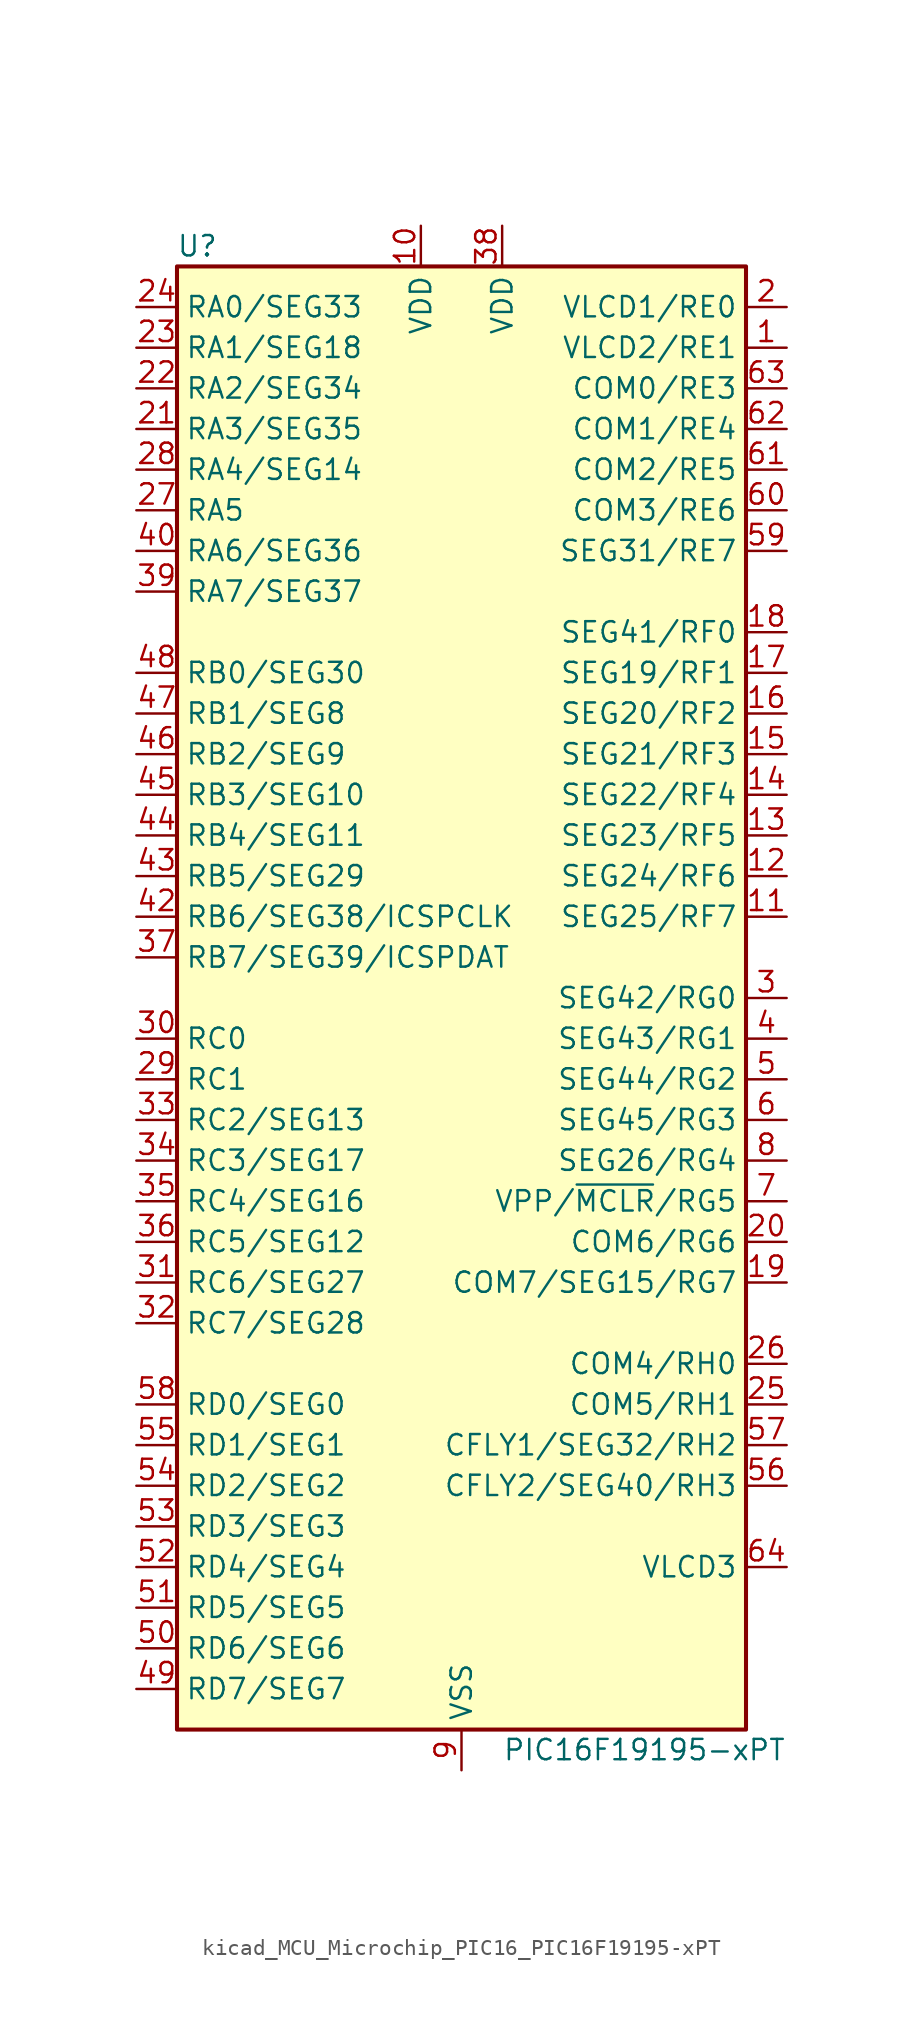
<source format=kicad_sym>
(kicad_symbol_lib
  (version 20220914)
  (generator kicad_symbol_editor)
  (symbol "kicad_MCU_Microchip_PIC16_PIC16F19195-xPT"
    (property "Reference" "U"
      (at -16.51 46.99 0)
      (effects (font (size 1.27 1.27))))
    (property "Value" "PIC16F19195-xPT"
      (at 11.43 -46.99 0)
      (effects (font (size 1.27 1.27))))
    (symbol "kicad_MCU_Microchip_PIC16_PIC16F19195-xPT_0_1"
      (rectangle (start -17.78 45.72) (end 17.78 -45.72) (stroke (width 0.254) (type default)) (fill (type background))))
    (symbol "kicad_MCU_Microchip_PIC16_PIC16F19195-xPT_1_1"
      (pin bidirectional line (at 20.32 40.64 180) (length 2.54) (name "VLCD2/RE1" (effects (font (size 1.27 1.27)))) (number "1" (effects (font (size 1.27 1.27)))))
      (pin power_in line (at -2.54 48.26 270) (length 2.54) (name "VDD" (effects (font (size 1.27 1.27)))) (number "10" (effects (font (size 1.27 1.27)))))
      (pin bidirectional line (at 20.32 5.08 180) (length 2.54) (name "SEG25/RF7" (effects (font (size 1.27 1.27)))) (number "11" (effects (font (size 1.27 1.27)))))
      (pin bidirectional line (at 20.32 7.62 180) (length 2.54) (name "SEG24/RF6" (effects (font (size 1.27 1.27)))) (number "12" (effects (font (size 1.27 1.27)))))
      (pin bidirectional line (at 20.32 10.16 180) (length 2.54) (name "SEG23/RF5" (effects (font (size 1.27 1.27)))) (number "13" (effects (font (size 1.27 1.27)))))
      (pin bidirectional line (at 20.32 12.7 180) (length 2.54) (name "SEG22/RF4" (effects (font (size 1.27 1.27)))) (number "14" (effects (font (size 1.27 1.27)))))
      (pin bidirectional line (at 20.32 15.24 180) (length 2.54) (name "SEG21/RF3" (effects (font (size 1.27 1.27)))) (number "15" (effects (font (size 1.27 1.27)))))
      (pin bidirectional line (at 20.32 17.78 180) (length 2.54) (name "SEG20/RF2" (effects (font (size 1.27 1.27)))) (number "16" (effects (font (size 1.27 1.27)))))
      (pin bidirectional line (at 20.32 20.32 180) (length 2.54) (name "SEG19/RF1" (effects (font (size 1.27 1.27)))) (number "17" (effects (font (size 1.27 1.27)))))
      (pin bidirectional line (at 20.32 22.86 180) (length 2.54) (name "SEG41/RF0" (effects (font (size 1.27 1.27)))) (number "18" (effects (font (size 1.27 1.27)))))
      (pin bidirectional line (at 20.32 -17.78 180) (length 2.54) (name "COM7/SEG15/RG7" (effects (font (size 1.27 1.27)))) (number "19" (effects (font (size 1.27 1.27)))))
      (pin bidirectional line (at 20.32 43.18 180) (length 2.54) (name "VLCD1/RE0" (effects (font (size 1.27 1.27)))) (number "2" (effects (font (size 1.27 1.27)))))
      (pin bidirectional line (at 20.32 -15.24 180) (length 2.54) (name "COM6/RG6" (effects (font (size 1.27 1.27)))) (number "20" (effects (font (size 1.27 1.27)))))
      (pin bidirectional line (at -20.32 35.56 0) (length 2.54) (name "RA3/SEG35" (effects (font (size 1.27 1.27)))) (number "21" (effects (font (size 1.27 1.27)))))
      (pin bidirectional line (at -20.32 38.1 0) (length 2.54) (name "RA2/SEG34" (effects (font (size 1.27 1.27)))) (number "22" (effects (font (size 1.27 1.27)))))
      (pin bidirectional line (at -20.32 40.64 0) (length 2.54) (name "RA1/SEG18" (effects (font (size 1.27 1.27)))) (number "23" (effects (font (size 1.27 1.27)))))
      (pin bidirectional line (at -20.32 43.18 0) (length 2.54) (name "RA0/SEG33" (effects (font (size 1.27 1.27)))) (number "24" (effects (font (size 1.27 1.27)))))
      (pin bidirectional line (at 20.32 -25.4 180) (length 2.54) (name "COM5/RH1" (effects (font (size 1.27 1.27)))) (number "25" (effects (font (size 1.27 1.27)))))
      (pin bidirectional line (at 20.32 -22.86 180) (length 2.54) (name "COM4/RH0" (effects (font (size 1.27 1.27)))) (number "26" (effects (font (size 1.27 1.27)))))
      (pin bidirectional line (at -20.32 30.48 0) (length 2.54) (name "RA5" (effects (font (size 1.27 1.27)))) (number "27" (effects (font (size 1.27 1.27)))))
      (pin bidirectional line (at -20.32 33.02 0) (length 2.54) (name "RA4/SEG14" (effects (font (size 1.27 1.27)))) (number "28" (effects (font (size 1.27 1.27)))))
      (pin bidirectional line (at -20.32 -5.08 0) (length 2.54) (name "RC1" (effects (font (size 1.27 1.27)))) (number "29" (effects (font (size 1.27 1.27)))))
      (pin bidirectional line (at 20.32 0 180) (length 2.54) (name "SEG42/RG0" (effects (font (size 1.27 1.27)))) (number "3" (effects (font (size 1.27 1.27)))))
      (pin bidirectional line (at -20.32 -2.54 0) (length 2.54) (name "RC0" (effects (font (size 1.27 1.27)))) (number "30" (effects (font (size 1.27 1.27)))))
      (pin bidirectional line (at -20.32 -17.78 0) (length 2.54) (name "RC6/SEG27" (effects (font (size 1.27 1.27)))) (number "31" (effects (font (size 1.27 1.27)))))
      (pin bidirectional line (at -20.32 -20.32 0) (length 2.54) (name "RC7/SEG28" (effects (font (size 1.27 1.27)))) (number "32" (effects (font (size 1.27 1.27)))))
      (pin bidirectional line (at -20.32 -7.62 0) (length 2.54) (name "RC2/SEG13" (effects (font (size 1.27 1.27)))) (number "33" (effects (font (size 1.27 1.27)))))
      (pin bidirectional line (at -20.32 -10.16 0) (length 2.54) (name "RC3/SEG17" (effects (font (size 1.27 1.27)))) (number "34" (effects (font (size 1.27 1.27)))))
      (pin bidirectional line (at -20.32 -12.7 0) (length 2.54) (name "RC4/SEG16" (effects (font (size 1.27 1.27)))) (number "35" (effects (font (size 1.27 1.27)))))
      (pin bidirectional line (at -20.32 -15.24 0) (length 2.54) (name "RC5/SEG12" (effects (font (size 1.27 1.27)))) (number "36" (effects (font (size 1.27 1.27)))))
      (pin bidirectional line (at -20.32 2.54 0) (length 2.54) (name "RB7/SEG39/ICSPDAT" (effects (font (size 1.27 1.27)))) (number "37" (effects (font (size 1.27 1.27)))))
      (pin power_in line (at 2.54 48.26 270) (length 2.54) (name "VDD" (effects (font (size 1.27 1.27)))) (number "38" (effects (font (size 1.27 1.27)))))
      (pin bidirectional line (at -20.32 25.4 0) (length 2.54) (name "RA7/SEG37" (effects (font (size 1.27 1.27)))) (number "39" (effects (font (size 1.27 1.27)))))
      (pin bidirectional line (at 20.32 -2.54 180) (length 2.54) (name "SEG43/RG1" (effects (font (size 1.27 1.27)))) (number "4" (effects (font (size 1.27 1.27)))))
      (pin bidirectional line (at -20.32 27.94 0) (length 2.54) (name "RA6/SEG36" (effects (font (size 1.27 1.27)))) (number "40" (effects (font (size 1.27 1.27)))))
      (pin passive line (at 0 -48.26 90) (length 2.54) hide (name "VSS" (effects (font (size 1.27 1.27)))) (number "41" (effects (font (size 1.27 1.27)))))
      (pin bidirectional line (at -20.32 5.08 0) (length 2.54) (name "RB6/SEG38/ICSPCLK" (effects (font (size 1.27 1.27)))) (number "42" (effects (font (size 1.27 1.27)))))
      (pin bidirectional line (at -20.32 7.62 0) (length 2.54) (name "RB5/SEG29" (effects (font (size 1.27 1.27)))) (number "43" (effects (font (size 1.27 1.27)))))
      (pin bidirectional line (at -20.32 10.16 0) (length 2.54) (name "RB4/SEG11" (effects (font (size 1.27 1.27)))) (number "44" (effects (font (size 1.27 1.27)))))
      (pin bidirectional line (at -20.32 12.7 0) (length 2.54) (name "RB3/SEG10" (effects (font (size 1.27 1.27)))) (number "45" (effects (font (size 1.27 1.27)))))
      (pin bidirectional line (at -20.32 15.24 0) (length 2.54) (name "RB2/SEG9" (effects (font (size 1.27 1.27)))) (number "46" (effects (font (size 1.27 1.27)))))
      (pin bidirectional line (at -20.32 17.78 0) (length 2.54) (name "RB1/SEG8" (effects (font (size 1.27 1.27)))) (number "47" (effects (font (size 1.27 1.27)))))
      (pin bidirectional line (at -20.32 20.32 0) (length 2.54) (name "RB0/SEG30" (effects (font (size 1.27 1.27)))) (number "48" (effects (font (size 1.27 1.27)))))
      (pin bidirectional line (at -20.32 -43.18 0) (length 2.54) (name "RD7/SEG7" (effects (font (size 1.27 1.27)))) (number "49" (effects (font (size 1.27 1.27)))))
      (pin bidirectional line (at 20.32 -5.08 180) (length 2.54) (name "SEG44/RG2" (effects (font (size 1.27 1.27)))) (number "5" (effects (font (size 1.27 1.27)))))
      (pin bidirectional line (at -20.32 -40.64 0) (length 2.54) (name "RD6/SEG6" (effects (font (size 1.27 1.27)))) (number "50" (effects (font (size 1.27 1.27)))))
      (pin bidirectional line (at -20.32 -38.1 0) (length 2.54) (name "RD5/SEG5" (effects (font (size 1.27 1.27)))) (number "51" (effects (font (size 1.27 1.27)))))
      (pin bidirectional line (at -20.32 -35.56 0) (length 2.54) (name "RD4/SEG4" (effects (font (size 1.27 1.27)))) (number "52" (effects (font (size 1.27 1.27)))))
      (pin bidirectional line (at -20.32 -33.02 0) (length 2.54) (name "RD3/SEG3" (effects (font (size 1.27 1.27)))) (number "53" (effects (font (size 1.27 1.27)))))
      (pin bidirectional line (at -20.32 -30.48 0) (length 2.54) (name "RD2/SEG2" (effects (font (size 1.27 1.27)))) (number "54" (effects (font (size 1.27 1.27)))))
      (pin bidirectional line (at -20.32 -27.94 0) (length 2.54) (name "RD1/SEG1" (effects (font (size 1.27 1.27)))) (number "55" (effects (font (size 1.27 1.27)))))
      (pin bidirectional line (at 20.32 -30.48 180) (length 2.54) (name "CFLY2/SEG40/RH3" (effects (font (size 1.27 1.27)))) (number "56" (effects (font (size 1.27 1.27)))))
      (pin bidirectional line (at 20.32 -27.94 180) (length 2.54) (name "CFLY1/SEG32/RH2" (effects (font (size 1.27 1.27)))) (number "57" (effects (font (size 1.27 1.27)))))
      (pin bidirectional line (at -20.32 -25.4 0) (length 2.54) (name "RD0/SEG0" (effects (font (size 1.27 1.27)))) (number "58" (effects (font (size 1.27 1.27)))))
      (pin bidirectional line (at 20.32 27.94 180) (length 2.54) (name "SEG31/RE7" (effects (font (size 1.27 1.27)))) (number "59" (effects (font (size 1.27 1.27)))))
      (pin bidirectional line (at 20.32 -7.62 180) (length 2.54) (name "SEG45/RG3" (effects (font (size 1.27 1.27)))) (number "6" (effects (font (size 1.27 1.27)))))
      (pin bidirectional line (at 20.32 30.48 180) (length 2.54) (name "COM3/RE6" (effects (font (size 1.27 1.27)))) (number "60" (effects (font (size 1.27 1.27)))))
      (pin bidirectional line (at 20.32 33.02 180) (length 2.54) (name "COM2/RE5" (effects (font (size 1.27 1.27)))) (number "61" (effects (font (size 1.27 1.27)))))
      (pin bidirectional line (at 20.32 35.56 180) (length 2.54) (name "COM1/RE4" (effects (font (size 1.27 1.27)))) (number "62" (effects (font (size 1.27 1.27)))))
      (pin bidirectional line (at 20.32 38.1 180) (length 2.54) (name "COM0/RE3" (effects (font (size 1.27 1.27)))) (number "63" (effects (font (size 1.27 1.27)))))
      (pin input line (at 20.32 -35.56 180) (length 2.54) (name "VLCD3" (effects (font (size 1.27 1.27)))) (number "64" (effects (font (size 1.27 1.27)))))
      (pin bidirectional line (at 20.32 -12.7 180) (length 2.54) (name "VPP/~{MCLR}/RG5" (effects (font (size 1.27 1.27)))) (number "7" (effects (font (size 1.27 1.27)))))
      (pin bidirectional line (at 20.32 -10.16 180) (length 2.54) (name "SEG26/RG4" (effects (font (size 1.27 1.27)))) (number "8" (effects (font (size 1.27 1.27)))))
      (pin power_in line (at 0 -48.26 90) (length 2.54) (name "VSS" (effects (font (size 1.27 1.27)))) (number "9" (effects (font (size 1.27 1.27))))))))
</source>
